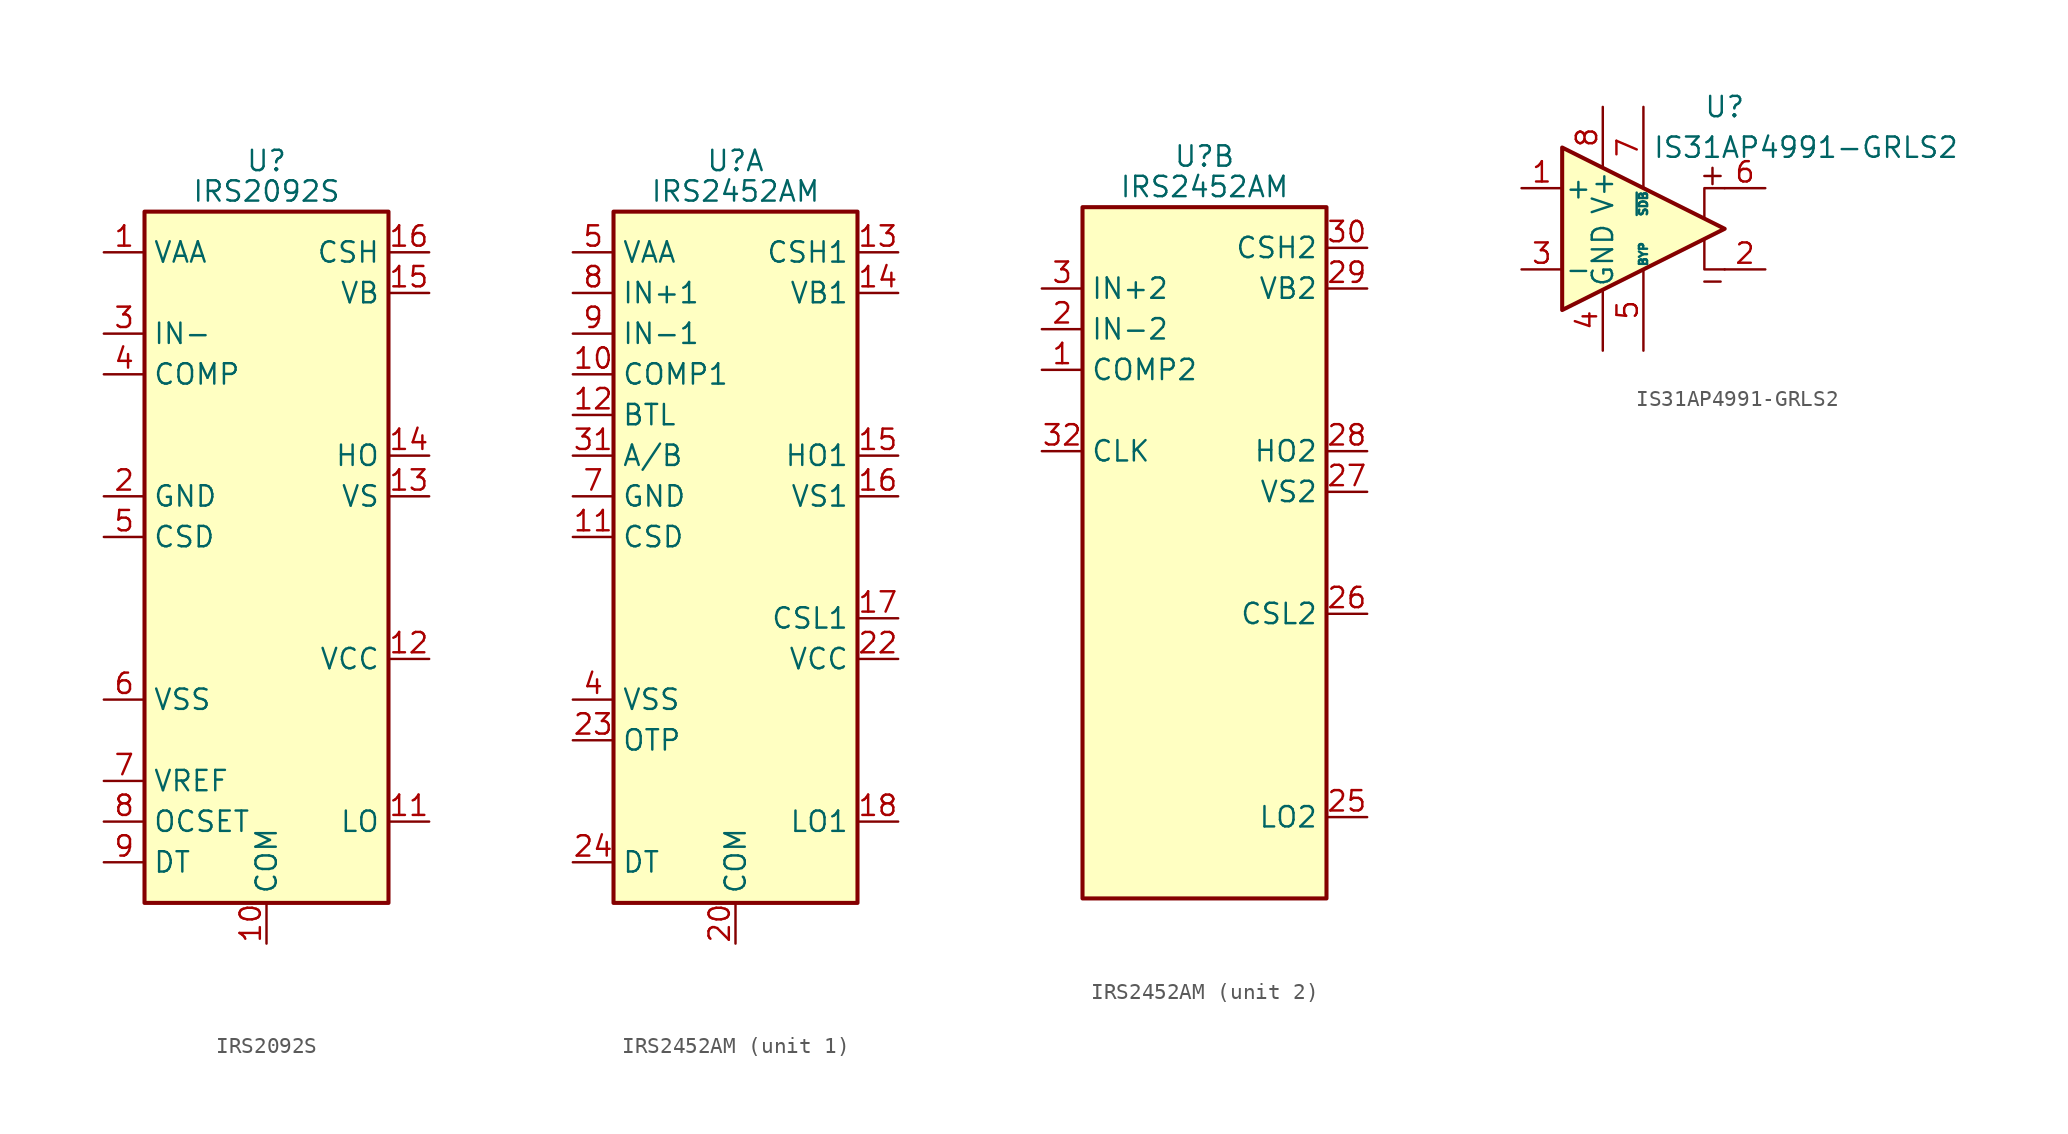
<source format=kicad_sym>
(kicad_symbol_lib
  (version 20211014)
  (generator kicad_symbol_editor)
  (symbol "IRS2092S"
    (property "Reference" "U"
      (at 0 26.035 0)
      (effects (font (size 1.27 1.27))))
    (property "Value" "IRS2092S"
      (at 0 24.13 0)
      (effects (font (size 1.27 1.27))))
    (symbol "IRS2092S_0_1"
      (rectangle (start -7.62 -20.32) (end 7.62 22.86) (stroke (width 0.254) (type default) (color 0 0 0 0)) (fill (type background))))
    (symbol "IRS2092S_1_1"
      (pin power_in line (at -10.16 20.32 0) (length 2.54) (name "VAA" (effects (font (size 1.27 1.27)))) (number "1" (effects (font (size 1.27 1.27)))))
      (pin power_in line (at 0 -22.86 90) (length 2.54) (name "COM" (effects (font (size 1.27 1.27)))) (number "10" (effects (font (size 1.27 1.27)))))
      (pin output line (at 10.16 -15.24 180) (length 2.54) (name "LO" (effects (font (size 1.27 1.27)))) (number "11" (effects (font (size 1.27 1.27)))))
      (pin power_in line (at 10.16 -5.08 180) (length 2.54) (name "VCC" (effects (font (size 1.27 1.27)))) (number "12" (effects (font (size 1.27 1.27)))))
      (pin passive line (at 10.16 5.08 180) (length 2.54) (name "VS" (effects (font (size 1.27 1.27)))) (number "13" (effects (font (size 1.27 1.27)))))
      (pin output line (at 10.16 7.62 180) (length 2.54) (name "HO" (effects (font (size 1.27 1.27)))) (number "14" (effects (font (size 1.27 1.27)))))
      (pin power_in line (at 10.16 17.78 180) (length 2.54) (name "VB" (effects (font (size 1.27 1.27)))) (number "15" (effects (font (size 1.27 1.27)))))
      (pin passive line (at 10.16 20.32 180) (length 2.54) (name "CSH" (effects (font (size 1.27 1.27)))) (number "16" (effects (font (size 1.27 1.27)))))
      (pin power_in line (at -10.16 5.08 0) (length 2.54) (name "GND" (effects (font (size 1.27 1.27)))) (number "2" (effects (font (size 1.27 1.27)))))
      (pin input line (at -10.16 15.24 0) (length 2.54) (name "IN-" (effects (font (size 1.27 1.27)))) (number "3" (effects (font (size 1.27 1.27)))))
      (pin output line (at -10.16 12.7 0) (length 2.54) (name "COMP" (effects (font (size 1.27 1.27)))) (number "4" (effects (font (size 1.27 1.27)))))
      (pin passive line (at -10.16 2.54 0) (length 2.54) (name "CSD" (effects (font (size 1.27 1.27)))) (number "5" (effects (font (size 1.27 1.27)))))
      (pin power_in line (at -10.16 -7.62 0) (length 2.54) (name "VSS" (effects (font (size 1.27 1.27)))) (number "6" (effects (font (size 1.27 1.27)))))
      (pin power_out line (at -10.16 -12.7 0) (length 2.54) (name "VREF" (effects (font (size 1.27 1.27)))) (number "7" (effects (font (size 1.27 1.27)))))
      (pin passive line (at -10.16 -15.24 0) (length 2.54) (name "OCSET" (effects (font (size 1.27 1.27)))) (number "8" (effects (font (size 1.27 1.27)))))
      (pin passive line (at -10.16 -17.78 0) (length 2.54) (name "DT" (effects (font (size 1.27 1.27)))) (number "9" (effects (font (size 1.27 1.27)))))))
  (symbol "IRS2452AM"
    (property "Reference" "U"
      (at 0 26.035 0)
      (effects (font (size 1.27 1.27))))
    (property "Value" "IRS2452AM"
      (at 0 24.13 0)
      (effects (font (size 1.27 1.27))))
    (property "ki_locked" ""
      (at 0 0 0)
      (effects (font (size 1.27 1.27))))
    (symbol "IRS2452AM_0_1"
      (rectangle (start -7.62 -20.32) (end 7.62 22.86) (stroke (width 0.254) (type default) (color 0 0 0 0)) (fill (type background))))
    (symbol "IRS2452AM_1_1"
      (pin output line (at -10.16 12.7 0) (length 2.54) (name "COMP1" (effects (font (size 1.27 1.27)))) (number "10" (effects (font (size 1.27 1.27)))))
      (pin passive line (at -10.16 2.54 0) (length 2.54) (name "CSD" (effects (font (size 1.27 1.27)))) (number "11" (effects (font (size 1.27 1.27)))))
      (pin input line (at -10.16 10.16 0) (length 2.54) (name "BTL" (effects (font (size 1.27 1.27)))) (number "12" (effects (font (size 1.27 1.27)))))
      (pin passive line (at 10.16 20.32 180) (length 2.54) (name "CSH1" (effects (font (size 1.27 1.27)))) (number "13" (effects (font (size 1.27 1.27)))))
      (pin power_in line (at 10.16 17.78 180) (length 2.54) (name "VB1" (effects (font (size 1.27 1.27)))) (number "14" (effects (font (size 1.27 1.27)))))
      (pin output line (at 10.16 7.62 180) (length 2.54) (name "HO1" (effects (font (size 1.27 1.27)))) (number "15" (effects (font (size 1.27 1.27)))))
      (pin passive line (at 10.16 5.08 180) (length 2.54) (name "VS1" (effects (font (size 1.27 1.27)))) (number "16" (effects (font (size 1.27 1.27)))))
      (pin passive line (at 10.16 -2.54 180) (length 2.54) (name "CSL1" (effects (font (size 1.27 1.27)))) (number "17" (effects (font (size 1.27 1.27)))))
      (pin output line (at 10.16 -15.24 180) (length 2.54) (name "LO1" (effects (font (size 1.27 1.27)))) (number "18" (effects (font (size 1.27 1.27)))))
      (pin no_connect line (at -7.62 -2.54 0) (length 2.54) hide (name "NC" (effects (font (size 1.27 1.27)))) (number "19" (effects (font (size 1.27 1.27)))))
      (pin power_in line (at 0 -22.86 90) (length 2.54) (name "COM" (effects (font (size 1.27 1.27)))) (number "20" (effects (font (size 1.27 1.27)))))
      (pin no_connect line (at -7.62 -5.08 0) (length 2.54) hide (name "NC" (effects (font (size 1.27 1.27)))) (number "21" (effects (font (size 1.27 1.27)))))
      (pin power_in line (at 10.16 -5.08 180) (length 2.54) (name "VCC" (effects (font (size 1.27 1.27)))) (number "22" (effects (font (size 1.27 1.27)))))
      (pin passive line (at -10.16 -10.16 0) (length 2.54) (name "OTP" (effects (font (size 1.27 1.27)))) (number "23" (effects (font (size 1.27 1.27)))))
      (pin passive line (at -10.16 -17.78 0) (length 2.54) (name "DT" (effects (font (size 1.27 1.27)))) (number "24" (effects (font (size 1.27 1.27)))))
      (pin input line (at -10.16 7.62 0) (length 2.54) (name "A/B" (effects (font (size 1.27 1.27)))) (number "31" (effects (font (size 1.27 1.27)))))
      (pin passive line (at 0 -22.86 90) (length 2.54) hide (name "COM" (effects (font (size 1.27 1.27)))) (number "33" (effects (font (size 1.27 1.27)))))
      (pin power_in line (at -10.16 -7.62 0) (length 2.54) (name "VSS" (effects (font (size 1.27 1.27)))) (number "4" (effects (font (size 1.27 1.27)))))
      (pin power_in line (at -10.16 20.32 0) (length 2.54) (name "VAA" (effects (font (size 1.27 1.27)))) (number "5" (effects (font (size 1.27 1.27)))))
      (pin no_connect line (at -7.62 0 0) (length 2.54) hide (name "NC" (effects (font (size 1.27 1.27)))) (number "6" (effects (font (size 1.27 1.27)))))
      (pin power_in line (at -10.16 5.08 0) (length 2.54) (name "GND" (effects (font (size 1.27 1.27)))) (number "7" (effects (font (size 1.27 1.27)))))
      (pin input line (at -10.16 17.78 0) (length 2.54) (name "IN+1" (effects (font (size 1.27 1.27)))) (number "8" (effects (font (size 1.27 1.27)))))
      (pin input line (at -10.16 15.24 0) (length 2.54) (name "IN-1" (effects (font (size 1.27 1.27)))) (number "9" (effects (font (size 1.27 1.27))))))
    (symbol "IRS2452AM_2_1"
      (pin output line (at -10.16 12.7 0) (length 2.54) (name "COMP2" (effects (font (size 1.27 1.27)))) (number "1" (effects (font (size 1.27 1.27)))))
      (pin input line (at -10.16 15.24 0) (length 2.54) (name "IN-2" (effects (font (size 1.27 1.27)))) (number "2" (effects (font (size 1.27 1.27)))))
      (pin output line (at 10.16 -15.24 180) (length 2.54) (name "LO2" (effects (font (size 1.27 1.27)))) (number "25" (effects (font (size 1.27 1.27)))))
      (pin passive line (at 10.16 -2.54 180) (length 2.54) (name "CSL2" (effects (font (size 1.27 1.27)))) (number "26" (effects (font (size 1.27 1.27)))))
      (pin passive line (at 10.16 5.08 180) (length 2.54) (name "VS2" (effects (font (size 1.27 1.27)))) (number "27" (effects (font (size 1.27 1.27)))))
      (pin output line (at 10.16 7.62 180) (length 2.54) (name "HO2" (effects (font (size 1.27 1.27)))) (number "28" (effects (font (size 1.27 1.27)))))
      (pin power_in line (at 10.16 17.78 180) (length 2.54) (name "VB2" (effects (font (size 1.27 1.27)))) (number "29" (effects (font (size 1.27 1.27)))))
      (pin input line (at -10.16 17.78 0) (length 2.54) (name "IN+2" (effects (font (size 1.27 1.27)))) (number "3" (effects (font (size 1.27 1.27)))))
      (pin passive line (at 10.16 20.32 180) (length 2.54) (name "CSH2" (effects (font (size 1.27 1.27)))) (number "30" (effects (font (size 1.27 1.27)))))
      (pin input line (at -10.16 7.62 0) (length 2.54) (name "CLK" (effects (font (size 1.27 1.27)))) (number "32" (effects (font (size 1.27 1.27)))))))
  (symbol "IS31AP4991-GRLS2"
    (pin_names
      (offset 0.127))
    (property "Reference" "U"
      (at 5.08 7.62 0)
      (effects (font (size 1.27 1.27))))
    (property "Value" "IS31AP4991-GRLS2"
      (at 10.16 5.08 0)
      (effects (font (size 1.27 1.27))))
    (symbol "IS31AP4991-GRLS2_0_1"
      (polyline (pts (xy 3.81 -3.302) (xy 4.826 -3.302)) (stroke (width 0) (type default) (color 0 0 0 0)) (fill (type none)))
      (polyline (pts (xy 4.318 3.81) (xy 4.318 2.794)) (stroke (width 0) (type default) (color 0 0 0 0)) (fill (type none)))
      (polyline (pts (xy 4.826 3.302) (xy 3.81 3.302)) (stroke (width 0) (type default) (color 0 0 0 0)) (fill (type none))))
    (symbol "IS31AP4991-GRLS2_1_1"
      (polyline (pts (xy 3.81 -0.635) (xy 3.81 -2.54) (xy 5.08 -2.54)) (stroke (width 0) (type default) (color 0 0 0 0)) (fill (type none)))
      (polyline (pts (xy 5.08 2.54) (xy 3.81 2.54) (xy 3.81 0.635)) (stroke (width 0) (type default) (color 0 0 0 0)) (fill (type none)))
      (polyline (pts (xy -5.08 5.08) (xy 5.08 0) (xy -5.08 -5.08) (xy -5.08 5.08)) (stroke (width 0.254) (type default) (color 0 0 0 0)) (fill (type background)))
      (pin input line (at -7.62 2.54 0) (length 2.54) (name "+" (effects (font (size 1.27 1.27)))) (number "1" (effects (font (size 1.27 1.27)))))
      (pin output line (at 7.62 -2.54 180) (length 2.54) (name "~" (effects (font (size 1.27 1.27)))) (number "2" (effects (font (size 1.27 1.27)))))
      (pin input line (at -7.62 -2.54 0) (length 2.54) (name "-" (effects (font (size 1.27 1.27)))) (number "3" (effects (font (size 1.27 1.27)))))
      (pin power_in line (at -2.54 -7.62 90) (length 3.81) (name "GND" (effects (font (size 1.27 1.27)))) (number "4" (effects (font (size 1.27 1.27)))))
      (pin passive line (at 0 -7.62 90) (length 5.08) (name "BYP" (effects (font (size 0.508 0.508)))) (number "5" (effects (font (size 1.27 1.27)))))
      (pin output line (at 7.62 2.54 180) (length 2.54) (name "~" (effects (font (size 1.27 1.27)))) (number "6" (effects (font (size 1.27 1.27)))))
      (pin input line (at 0 7.62 270) (length 5.08) (name "~{SDB}" (effects (font (size 0.508 0.508)))) (number "7" (effects (font (size 1.27 1.27)))))
      (pin power_in line (at -2.54 7.62 270) (length 3.81) (name "V+" (effects (font (size 1.27 1.27)))) (number "8" (effects (font (size 1.27 1.27))))))))
</source>
